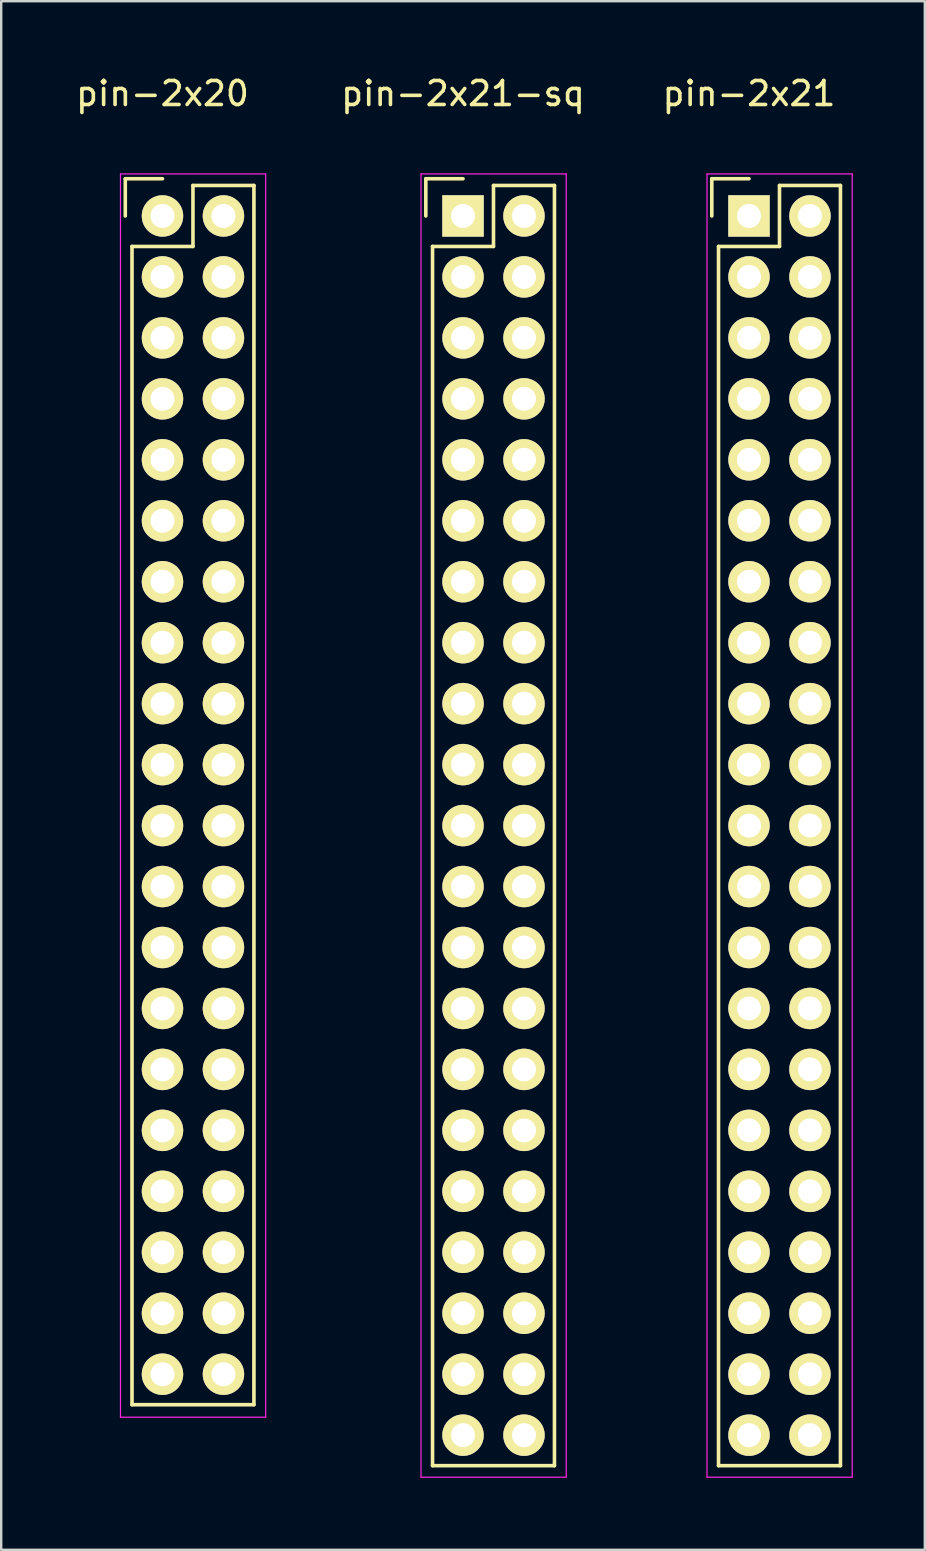
<source format=kicad_pcb>
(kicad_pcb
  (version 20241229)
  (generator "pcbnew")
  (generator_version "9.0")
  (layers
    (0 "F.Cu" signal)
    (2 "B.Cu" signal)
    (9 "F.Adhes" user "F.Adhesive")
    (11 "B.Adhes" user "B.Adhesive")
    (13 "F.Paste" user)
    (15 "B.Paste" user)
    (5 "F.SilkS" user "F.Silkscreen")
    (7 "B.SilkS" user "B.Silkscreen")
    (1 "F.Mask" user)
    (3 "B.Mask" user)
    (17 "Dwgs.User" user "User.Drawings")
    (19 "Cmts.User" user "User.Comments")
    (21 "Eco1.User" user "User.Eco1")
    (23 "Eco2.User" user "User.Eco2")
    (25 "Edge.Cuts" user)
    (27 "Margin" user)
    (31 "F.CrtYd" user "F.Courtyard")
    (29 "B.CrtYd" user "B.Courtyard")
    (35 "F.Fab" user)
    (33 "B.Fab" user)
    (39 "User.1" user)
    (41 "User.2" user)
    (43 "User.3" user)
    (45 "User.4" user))
  (footprint "pin-2x21-sq"
    (layer "F.Cu")
    (at 16.242 5.948)
    (property "Reference" "pin-2x21-sq" (at 0 -5.1 0) (layer "F.SilkS") (effects (font (size 1 1) (thickness 0.15))))
    (attr through_hole)
    (fp_line (start -1.55 -1.55) (end -1.55 0) (stroke (width 0.15) (type solid)) (layer "F.SilkS"))
    (fp_line (start -1.27 1.27) (end -1.27 52.07) (stroke (width 0.15) (type solid)) (layer "F.SilkS"))
    (fp_line (start 0 -1.55) (end -1.55 -1.55) (stroke (width 0.15) (type solid)) (layer "F.SilkS"))
    (fp_line (start 1.27 -1.27) (end 1.27 1.27) (stroke (width 0.15) (type solid)) (layer "F.SilkS"))
    (fp_line (start 1.27 1.27) (end -1.27 1.27) (stroke (width 0.15) (type solid)) (layer "F.SilkS"))
    (fp_line (start 3.81 -1.27) (end 1.27 -1.27) (stroke (width 0.15) (type solid)) (layer "F.SilkS"))
    (fp_line (start 3.81 52.07) (end -1.27 52.07) (stroke (width 0.15) (type solid)) (layer "F.SilkS"))
    (fp_line (start 3.81 52.07) (end 3.81 -1.27) (stroke (width 0.15) (type solid)) (layer "F.SilkS"))
    (fp_line (start -1.75 -1.75) (end -1.75 52.55) (stroke (width 0.05) (type solid)) (layer "F.CrtYd"))
    (fp_line (start -1.75 -1.75) (end 4.3 -1.75) (stroke (width 0.05) (type solid)) (layer "F.CrtYd"))
    (fp_line (start -1.75 52.55) (end 4.3 52.55) (stroke (width 0.05) (type solid)) (layer "F.CrtYd"))
    (fp_line (start 4.3 -1.75) (end 4.3 52.55) (stroke (width 0.05) (type solid)) (layer "F.CrtYd"))
    (pad "1" thru_hole rect (at 0 0) (size 1.727 1.727) (drill 1) (layers "*.Cu" "*.Mask" "F.SilkS"))
    (pad "2" thru_hole oval (at 2.54 0) (size 1.727 1.727) (drill 1) (layers "*.Cu" "*.Mask" "F.SilkS"))
    (pad "3" thru_hole oval (at 0 2.54) (size 1.727 1.727) (drill 1) (layers "*.Cu" "*.Mask" "F.SilkS"))
    (pad "4" thru_hole oval (at 2.54 2.54) (size 1.727 1.727) (drill 1) (layers "*.Cu" "*.Mask" "F.SilkS"))
    (pad "5" thru_hole oval (at 0 5.08) (size 1.727 1.727) (drill 1) (layers "*.Cu" "*.Mask" "F.SilkS"))
    (pad "6" thru_hole oval (at 2.54 5.08) (size 1.727 1.727) (drill 1) (layers "*.Cu" "*.Mask" "F.SilkS"))
    (pad "7" thru_hole oval (at 0 7.62) (size 1.727 1.727) (drill 1) (layers "*.Cu" "*.Mask" "F.SilkS"))
    (pad "8" thru_hole oval (at 2.54 7.62) (size 1.727 1.727) (drill 1) (layers "*.Cu" "*.Mask" "F.SilkS"))
    (pad "9" thru_hole oval (at 0 10.16) (size 1.727 1.727) (drill 1) (layers "*.Cu" "*.Mask" "F.SilkS"))
    (pad "10" thru_hole oval (at 2.54 10.16) (size 1.727 1.727) (drill 1) (layers "*.Cu" "*.Mask" "F.SilkS"))
    (pad "11" thru_hole oval (at 0 12.7) (size 1.727 1.727) (drill 1) (layers "*.Cu" "*.Mask" "F.SilkS"))
    (pad "12" thru_hole oval (at 2.54 12.7) (size 1.727 1.727) (drill 1) (layers "*.Cu" "*.Mask" "F.SilkS"))
    (pad "13" thru_hole oval (at 0 15.24) (size 1.727 1.727) (drill 1) (layers "*.Cu" "*.Mask" "F.SilkS"))
    (pad "14" thru_hole oval (at 2.54 15.24) (size 1.727 1.727) (drill 1) (layers "*.Cu" "*.Mask" "F.SilkS"))
    (pad "15" thru_hole oval (at 0 17.78) (size 1.727 1.727) (drill 1) (layers "*.Cu" "*.Mask" "F.SilkS"))
    (pad "16" thru_hole oval (at 2.54 17.78) (size 1.727 1.727) (drill 1) (layers "*.Cu" "*.Mask" "F.SilkS"))
    (pad "17" thru_hole oval (at 0 20.32) (size 1.727 1.727) (drill 1) (layers "*.Cu" "*.Mask" "F.SilkS"))
    (pad "18" thru_hole oval (at 2.54 20.32) (size 1.727 1.727) (drill 1) (layers "*.Cu" "*.Mask" "F.SilkS"))
    (pad "19" thru_hole oval (at 0 22.86) (size 1.727 1.727) (drill 1) (layers "*.Cu" "*.Mask" "F.SilkS"))
    (pad "20" thru_hole oval (at 2.54 22.86) (size 1.727 1.727) (drill 1) (layers "*.Cu" "*.Mask" "F.SilkS"))
    (pad "21" thru_hole oval (at 0 25.4) (size 1.727 1.727) (drill 1) (layers "*.Cu" "*.Mask" "F.SilkS"))
    (pad "22" thru_hole oval (at 2.54 25.4) (size 1.727 1.727) (drill 1) (layers "*.Cu" "*.Mask" "F.SilkS"))
    (pad "23" thru_hole oval (at 0 27.94) (size 1.727 1.727) (drill 1) (layers "*.Cu" "*.Mask" "F.SilkS"))
    (pad "24" thru_hole oval (at 2.54 27.94) (size 1.727 1.727) (drill 1) (layers "*.Cu" "*.Mask" "F.SilkS"))
    (pad "25" thru_hole oval (at 0 30.48) (size 1.727 1.727) (drill 1) (layers "*.Cu" "*.Mask" "F.SilkS"))
    (pad "26" thru_hole oval (at 2.54 30.48) (size 1.727 1.727) (drill 1) (layers "*.Cu" "*.Mask" "F.SilkS"))
    (pad "27" thru_hole oval (at 0 33.02) (size 1.727 1.727) (drill 1) (layers "*.Cu" "*.Mask" "F.SilkS"))
    (pad "28" thru_hole oval (at 2.54 33.02) (size 1.727 1.727) (drill 1) (layers "*.Cu" "*.Mask" "F.SilkS"))
    (pad "29" thru_hole oval (at 0 35.56) (size 1.727 1.727) (drill 1) (layers "*.Cu" "*.Mask" "F.SilkS"))
    (pad "30" thru_hole oval (at 2.54 35.56) (size 1.727 1.727) (drill 1) (layers "*.Cu" "*.Mask" "F.SilkS"))
    (pad "31" thru_hole oval (at 0 38.1) (size 1.727 1.727) (drill 1) (layers "*.Cu" "*.Mask" "F.SilkS"))
    (pad "32" thru_hole oval (at 2.54 38.1) (size 1.727 1.727) (drill 1) (layers "*.Cu" "*.Mask" "F.SilkS"))
    (pad "33" thru_hole oval (at 0 40.64) (size 1.727 1.727) (drill 1) (layers "*.Cu" "*.Mask" "F.SilkS"))
    (pad "34" thru_hole oval (at 2.54 40.64) (size 1.727 1.727) (drill 1) (layers "*.Cu" "*.Mask" "F.SilkS"))
    (pad "35" thru_hole oval (at 0 43.18) (size 1.727 1.727) (drill 1) (layers "*.Cu" "*.Mask" "F.SilkS"))
    (pad "36" thru_hole oval (at 2.54 43.18) (size 1.727 1.727) (drill 1) (layers "*.Cu" "*.Mask" "F.SilkS"))
    (pad "37" thru_hole oval (at 0 45.72) (size 1.727 1.727) (drill 1) (layers "*.Cu" "*.Mask" "F.SilkS"))
    (pad "38" thru_hole oval (at 2.54 45.72) (size 1.727 1.727) (drill 1) (layers "*.Cu" "*.Mask" "F.SilkS"))
    (pad "39" thru_hole oval (at 0 48.26) (size 1.727 1.727) (drill 1) (layers "*.Cu" "*.Mask" "F.SilkS"))
    (pad "40" thru_hole oval (at 2.54 48.26) (size 1.727 1.727) (drill 1) (layers "*.Cu" "*.Mask" "F.SilkS"))
    (pad "41" thru_hole oval (at 0 50.8) (size 1.727 1.727) (drill 1) (layers "*.Cu" "*.Mask" "F.SilkS"))
    (pad "42" thru_hole oval (at 2.54 50.8) (size 1.727 1.727) (drill 1) (layers "*.Cu" "*.Mask" "F.SilkS")))
  (footprint "pin-2x20"
    (layer "F.Cu")
    (at 3.72 5.948)
    (property "Reference" "pin-2x20" (at 0 -5.1 0) (layer "F.SilkS") (effects (font (size 1 1) (thickness 0.15))))
    (attr through_hole)
    (fp_line (start -1.55 -1.55) (end -1.55 0) (stroke (width 0.15) (type solid)) (layer "F.SilkS"))
    (fp_line (start -1.27 1.27) (end -1.27 49.53) (stroke (width 0.15) (type solid)) (layer "F.SilkS"))
    (fp_line (start 0 -1.55) (end -1.55 -1.55) (stroke (width 0.15) (type solid)) (layer "F.SilkS"))
    (fp_line (start 1.27 -1.27) (end 1.27 1.27) (stroke (width 0.15) (type solid)) (layer "F.SilkS"))
    (fp_line (start 1.27 1.27) (end -1.27 1.27) (stroke (width 0.15) (type solid)) (layer "F.SilkS"))
    (fp_line (start 3.81 -1.27) (end 1.27 -1.27) (stroke (width 0.15) (type solid)) (layer "F.SilkS"))
    (fp_line (start 3.81 49.53) (end -1.27 49.53) (stroke (width 0.15) (type solid)) (layer "F.SilkS"))
    (fp_line (start 3.81 49.53) (end 3.81 -1.27) (stroke (width 0.15) (type solid)) (layer "F.SilkS"))
    (fp_line (start -1.75 -1.75) (end -1.75 50.05) (stroke (width 0.05) (type solid)) (layer "F.CrtYd"))
    (fp_line (start -1.75 -1.75) (end 4.3 -1.75) (stroke (width 0.05) (type solid)) (layer "F.CrtYd"))
    (fp_line (start -1.75 50.05) (end 4.3 50.05) (stroke (width 0.05) (type solid)) (layer "F.CrtYd"))
    (fp_line (start 4.3 -1.75) (end 4.3 50.05) (stroke (width 0.05) (type solid)) (layer "F.CrtYd"))
    (pad "1" thru_hole oval (at 0 0) (size 1.727 1.727) (drill 1) (layers "*.Cu" "*.Mask" "F.SilkS"))
    (pad "2" thru_hole oval (at 2.54 0) (size 1.727 1.727) (drill 1) (layers "*.Cu" "*.Mask" "F.SilkS"))
    (pad "3" thru_hole oval (at 0 2.54) (size 1.727 1.727) (drill 1) (layers "*.Cu" "*.Mask" "F.SilkS"))
    (pad "4" thru_hole oval (at 2.54 2.54) (size 1.727 1.727) (drill 1) (layers "*.Cu" "*.Mask" "F.SilkS"))
    (pad "5" thru_hole oval (at 0 5.08) (size 1.727 1.727) (drill 1) (layers "*.Cu" "*.Mask" "F.SilkS"))
    (pad "6" thru_hole oval (at 2.54 5.08) (size 1.727 1.727) (drill 1) (layers "*.Cu" "*.Mask" "F.SilkS"))
    (pad "7" thru_hole oval (at 0 7.62) (size 1.727 1.727) (drill 1) (layers "*.Cu" "*.Mask" "F.SilkS"))
    (pad "8" thru_hole oval (at 2.54 7.62) (size 1.727 1.727) (drill 1) (layers "*.Cu" "*.Mask" "F.SilkS"))
    (pad "9" thru_hole oval (at 0 10.16) (size 1.727 1.727) (drill 1) (layers "*.Cu" "*.Mask" "F.SilkS"))
    (pad "10" thru_hole oval (at 2.54 10.16) (size 1.727 1.727) (drill 1) (layers "*.Cu" "*.Mask" "F.SilkS"))
    (pad "11" thru_hole oval (at 0 12.7) (size 1.727 1.727) (drill 1) (layers "*.Cu" "*.Mask" "F.SilkS"))
    (pad "12" thru_hole oval (at 2.54 12.7) (size 1.727 1.727) (drill 1) (layers "*.Cu" "*.Mask" "F.SilkS"))
    (pad "13" thru_hole oval (at 0 15.24) (size 1.727 1.727) (drill 1) (layers "*.Cu" "*.Mask" "F.SilkS"))
    (pad "14" thru_hole oval (at 2.54 15.24) (size 1.727 1.727) (drill 1) (layers "*.Cu" "*.Mask" "F.SilkS"))
    (pad "15" thru_hole oval (at 0 17.78) (size 1.727 1.727) (drill 1) (layers "*.Cu" "*.Mask" "F.SilkS"))
    (pad "16" thru_hole oval (at 2.54 17.78) (size 1.727 1.727) (drill 1) (layers "*.Cu" "*.Mask" "F.SilkS"))
    (pad "17" thru_hole oval (at 0 20.32) (size 1.727 1.727) (drill 1) (layers "*.Cu" "*.Mask" "F.SilkS"))
    (pad "18" thru_hole oval (at 2.54 20.32) (size 1.727 1.727) (drill 1) (layers "*.Cu" "*.Mask" "F.SilkS"))
    (pad "19" thru_hole oval (at 0 22.86) (size 1.727 1.727) (drill 1) (layers "*.Cu" "*.Mask" "F.SilkS"))
    (pad "20" thru_hole oval (at 2.54 22.86) (size 1.727 1.727) (drill 1) (layers "*.Cu" "*.Mask" "F.SilkS"))
    (pad "21" thru_hole oval (at 0 25.4) (size 1.727 1.727) (drill 1) (layers "*.Cu" "*.Mask" "F.SilkS"))
    (pad "22" thru_hole oval (at 2.54 25.4) (size 1.727 1.727) (drill 1) (layers "*.Cu" "*.Mask" "F.SilkS"))
    (pad "23" thru_hole oval (at 0 27.94) (size 1.727 1.727) (drill 1) (layers "*.Cu" "*.Mask" "F.SilkS"))
    (pad "24" thru_hole oval (at 2.54 27.94) (size 1.727 1.727) (drill 1) (layers "*.Cu" "*.Mask" "F.SilkS"))
    (pad "25" thru_hole oval (at 0 30.48) (size 1.727 1.727) (drill 1) (layers "*.Cu" "*.Mask" "F.SilkS"))
    (pad "26" thru_hole oval (at 2.54 30.48) (size 1.727 1.727) (drill 1) (layers "*.Cu" "*.Mask" "F.SilkS"))
    (pad "27" thru_hole oval (at 0 33.02) (size 1.727 1.727) (drill 1) (layers "*.Cu" "*.Mask" "F.SilkS"))
    (pad "28" thru_hole oval (at 2.54 33.02) (size 1.727 1.727) (drill 1) (layers "*.Cu" "*.Mask" "F.SilkS"))
    (pad "29" thru_hole oval (at 0 35.56) (size 1.727 1.727) (drill 1) (layers "*.Cu" "*.Mask" "F.SilkS"))
    (pad "30" thru_hole oval (at 2.54 35.56) (size 1.727 1.727) (drill 1) (layers "*.Cu" "*.Mask" "F.SilkS"))
    (pad "31" thru_hole oval (at 0 38.1) (size 1.727 1.727) (drill 1) (layers "*.Cu" "*.Mask" "F.SilkS"))
    (pad "32" thru_hole oval (at 2.54 38.1) (size 1.727 1.727) (drill 1) (layers "*.Cu" "*.Mask" "F.SilkS"))
    (pad "33" thru_hole oval (at 0 40.64) (size 1.727 1.727) (drill 1) (layers "*.Cu" "*.Mask" "F.SilkS"))
    (pad "34" thru_hole oval (at 2.54 40.64) (size 1.727 1.727) (drill 1) (layers "*.Cu" "*.Mask" "F.SilkS"))
    (pad "35" thru_hole oval (at 0 43.18) (size 1.727 1.727) (drill 1) (layers "*.Cu" "*.Mask" "F.SilkS"))
    (pad "36" thru_hole oval (at 2.54 43.18) (size 1.727 1.727) (drill 1) (layers "*.Cu" "*.Mask" "F.SilkS"))
    (pad "37" thru_hole oval (at 0 45.72) (size 1.727 1.727) (drill 1) (layers "*.Cu" "*.Mask" "F.SilkS"))
    (pad "38" thru_hole oval (at 2.54 45.72) (size 1.727 1.727) (drill 1) (layers "*.Cu" "*.Mask" "F.SilkS"))
    (pad "39" thru_hole oval (at 0 48.26) (size 1.727 1.727) (drill 1) (layers "*.Cu" "*.Mask" "F.SilkS"))
    (pad "40" thru_hole oval (at 2.54 48.26) (size 1.727 1.727) (drill 1) (layers "*.Cu" "*.Mask" "F.SilkS")))
  (footprint "pin-2x21"
    (layer "F.Cu")
    (at 28.158 5.948)
    (property "Reference" "pin-2x21" (at 0 -5.1 0) (layer "F.SilkS") (effects (font (size 1 1) (thickness 0.15))))
    (attr through_hole)
    (fp_line (start -1.55 -1.55) (end -1.55 0) (stroke (width 0.15) (type solid)) (layer "F.SilkS"))
    (fp_line (start -1.27 1.27) (end -1.27 52.07) (stroke (width 0.15) (type solid)) (layer "F.SilkS"))
    (fp_line (start 0 -1.55) (end -1.55 -1.55) (stroke (width 0.15) (type solid)) (layer "F.SilkS"))
    (fp_line (start 1.27 -1.27) (end 1.27 1.27) (stroke (width 0.15) (type solid)) (layer "F.SilkS"))
    (fp_line (start 1.27 1.27) (end -1.27 1.27) (stroke (width 0.15) (type solid)) (layer "F.SilkS"))
    (fp_line (start 3.81 -1.27) (end 1.27 -1.27) (stroke (width 0.15) (type solid)) (layer "F.SilkS"))
    (fp_line (start 3.81 52.07) (end -1.27 52.07) (stroke (width 0.15) (type solid)) (layer "F.SilkS"))
    (fp_line (start 3.81 52.07) (end 3.81 -1.27) (stroke (width 0.15) (type solid)) (layer "F.SilkS"))
    (fp_line (start -1.75 -1.75) (end -1.75 52.55) (stroke (width 0.05) (type solid)) (layer "F.CrtYd"))
    (fp_line (start -1.75 -1.75) (end 4.3 -1.75) (stroke (width 0.05) (type solid)) (layer "F.CrtYd"))
    (fp_line (start -1.75 52.55) (end 4.3 52.55) (stroke (width 0.05) (type solid)) (layer "F.CrtYd"))
    (fp_line (start 4.3 -1.75) (end 4.3 52.55) (stroke (width 0.05) (type solid)) (layer "F.CrtYd"))
    (pad "1" thru_hole rect (at 0 0) (size 1.727 1.727) (drill 1) (layers "*.Cu" "*.Mask" "F.SilkS"))
    (pad "2" thru_hole oval (at 2.54 0) (size 1.727 1.727) (drill 1) (layers "*.Cu" "*.Mask" "F.SilkS"))
    (pad "3" thru_hole oval (at 0 2.54) (size 1.727 1.727) (drill 1) (layers "*.Cu" "*.Mask" "F.SilkS"))
    (pad "4" thru_hole oval (at 2.54 2.54) (size 1.727 1.727) (drill 1) (layers "*.Cu" "*.Mask" "F.SilkS"))
    (pad "5" thru_hole oval (at 0 5.08) (size 1.727 1.727) (drill 1) (layers "*.Cu" "*.Mask" "F.SilkS"))
    (pad "6" thru_hole oval (at 2.54 5.08) (size 1.727 1.727) (drill 1) (layers "*.Cu" "*.Mask" "F.SilkS"))
    (pad "7" thru_hole oval (at 0 7.62) (size 1.727 1.727) (drill 1) (layers "*.Cu" "*.Mask" "F.SilkS"))
    (pad "8" thru_hole oval (at 2.54 7.62) (size 1.727 1.727) (drill 1) (layers "*.Cu" "*.Mask" "F.SilkS"))
    (pad "9" thru_hole oval (at 0 10.16) (size 1.727 1.727) (drill 1) (layers "*.Cu" "*.Mask" "F.SilkS"))
    (pad "10" thru_hole oval (at 2.54 10.16) (size 1.727 1.727) (drill 1) (layers "*.Cu" "*.Mask" "F.SilkS"))
    (pad "11" thru_hole oval (at 0 12.7) (size 1.727 1.727) (drill 1) (layers "*.Cu" "*.Mask" "F.SilkS"))
    (pad "12" thru_hole oval (at 2.54 12.7) (size 1.727 1.727) (drill 1) (layers "*.Cu" "*.Mask" "F.SilkS"))
    (pad "13" thru_hole oval (at 0 15.24) (size 1.727 1.727) (drill 1) (layers "*.Cu" "*.Mask" "F.SilkS"))
    (pad "14" thru_hole oval (at 2.54 15.24) (size 1.727 1.727) (drill 1) (layers "*.Cu" "*.Mask" "F.SilkS"))
    (pad "15" thru_hole oval (at 0 17.78) (size 1.727 1.727) (drill 1) (layers "*.Cu" "*.Mask" "F.SilkS"))
    (pad "16" thru_hole oval (at 2.54 17.78) (size 1.727 1.727) (drill 1) (layers "*.Cu" "*.Mask" "F.SilkS"))
    (pad "17" thru_hole oval (at 0 20.32) (size 1.727 1.727) (drill 1) (layers "*.Cu" "*.Mask" "F.SilkS"))
    (pad "18" thru_hole oval (at 2.54 20.32) (size 1.727 1.727) (drill 1) (layers "*.Cu" "*.Mask" "F.SilkS"))
    (pad "19" thru_hole oval (at 0 22.86) (size 1.727 1.727) (drill 1) (layers "*.Cu" "*.Mask" "F.SilkS"))
    (pad "20" thru_hole oval (at 2.54 22.86) (size 1.727 1.727) (drill 1) (layers "*.Cu" "*.Mask" "F.SilkS"))
    (pad "21" thru_hole oval (at 0 25.4) (size 1.727 1.727) (drill 1) (layers "*.Cu" "*.Mask" "F.SilkS"))
    (pad "22" thru_hole oval (at 2.54 25.4) (size 1.727 1.727) (drill 1) (layers "*.Cu" "*.Mask" "F.SilkS"))
    (pad "23" thru_hole oval (at 0 27.94) (size 1.727 1.727) (drill 1) (layers "*.Cu" "*.Mask" "F.SilkS"))
    (pad "24" thru_hole oval (at 2.54 27.94) (size 1.727 1.727) (drill 1) (layers "*.Cu" "*.Mask" "F.SilkS"))
    (pad "25" thru_hole oval (at 0 30.48) (size 1.727 1.727) (drill 1) (layers "*.Cu" "*.Mask" "F.SilkS"))
    (pad "26" thru_hole oval (at 2.54 30.48) (size 1.727 1.727) (drill 1) (layers "*.Cu" "*.Mask" "F.SilkS"))
    (pad "27" thru_hole oval (at 0 33.02) (size 1.727 1.727) (drill 1) (layers "*.Cu" "*.Mask" "F.SilkS"))
    (pad "28" thru_hole oval (at 2.54 33.02) (size 1.727 1.727) (drill 1) (layers "*.Cu" "*.Mask" "F.SilkS"))
    (pad "29" thru_hole oval (at 0 35.56) (size 1.727 1.727) (drill 1) (layers "*.Cu" "*.Mask" "F.SilkS"))
    (pad "30" thru_hole oval (at 2.54 35.56) (size 1.727 1.727) (drill 1) (layers "*.Cu" "*.Mask" "F.SilkS"))
    (pad "31" thru_hole oval (at 0 38.1) (size 1.727 1.727) (drill 1) (layers "*.Cu" "*.Mask" "F.SilkS"))
    (pad "32" thru_hole oval (at 2.54 38.1) (size 1.727 1.727) (drill 1) (layers "*.Cu" "*.Mask" "F.SilkS"))
    (pad "33" thru_hole oval (at 0 40.64) (size 1.727 1.727) (drill 1) (layers "*.Cu" "*.Mask" "F.SilkS"))
    (pad "34" thru_hole oval (at 2.54 40.64) (size 1.727 1.727) (drill 1) (layers "*.Cu" "*.Mask" "F.SilkS"))
    (pad "35" thru_hole oval (at 0 43.18) (size 1.727 1.727) (drill 1) (layers "*.Cu" "*.Mask" "F.SilkS"))
    (pad "36" thru_hole oval (at 2.54 43.18) (size 1.727 1.727) (drill 1) (layers "*.Cu" "*.Mask" "F.SilkS"))
    (pad "37" thru_hole oval (at 0 45.72) (size 1.727 1.727) (drill 1) (layers "*.Cu" "*.Mask" "F.SilkS"))
    (pad "38" thru_hole oval (at 2.54 45.72) (size 1.727 1.727) (drill 1) (layers "*.Cu" "*.Mask" "F.SilkS"))
    (pad "39" thru_hole oval (at 0 48.26) (size 1.727 1.727) (drill 1) (layers "*.Cu" "*.Mask" "F.SilkS"))
    (pad "40" thru_hole oval (at 2.54 48.26) (size 1.727 1.727) (drill 1) (layers "*.Cu" "*.Mask" "F.SilkS"))
    (pad "41" thru_hole oval (at 0 50.8) (size 1.727 1.727) (drill 1) (layers "*.Cu" "*.Mask" "F.SilkS"))
    (pad "42" thru_hole oval (at 2.54 50.8) (size 1.727 1.727) (drill 1) (layers "*.Cu" "*.Mask" "F.SilkS")))
  (gr_rect
    (start -3 -3)
    (end 35.483 61.523)
    (stroke (width 0.1) (type default))
    (fill no)
    (layer "Edge.Cuts")))
</source>
